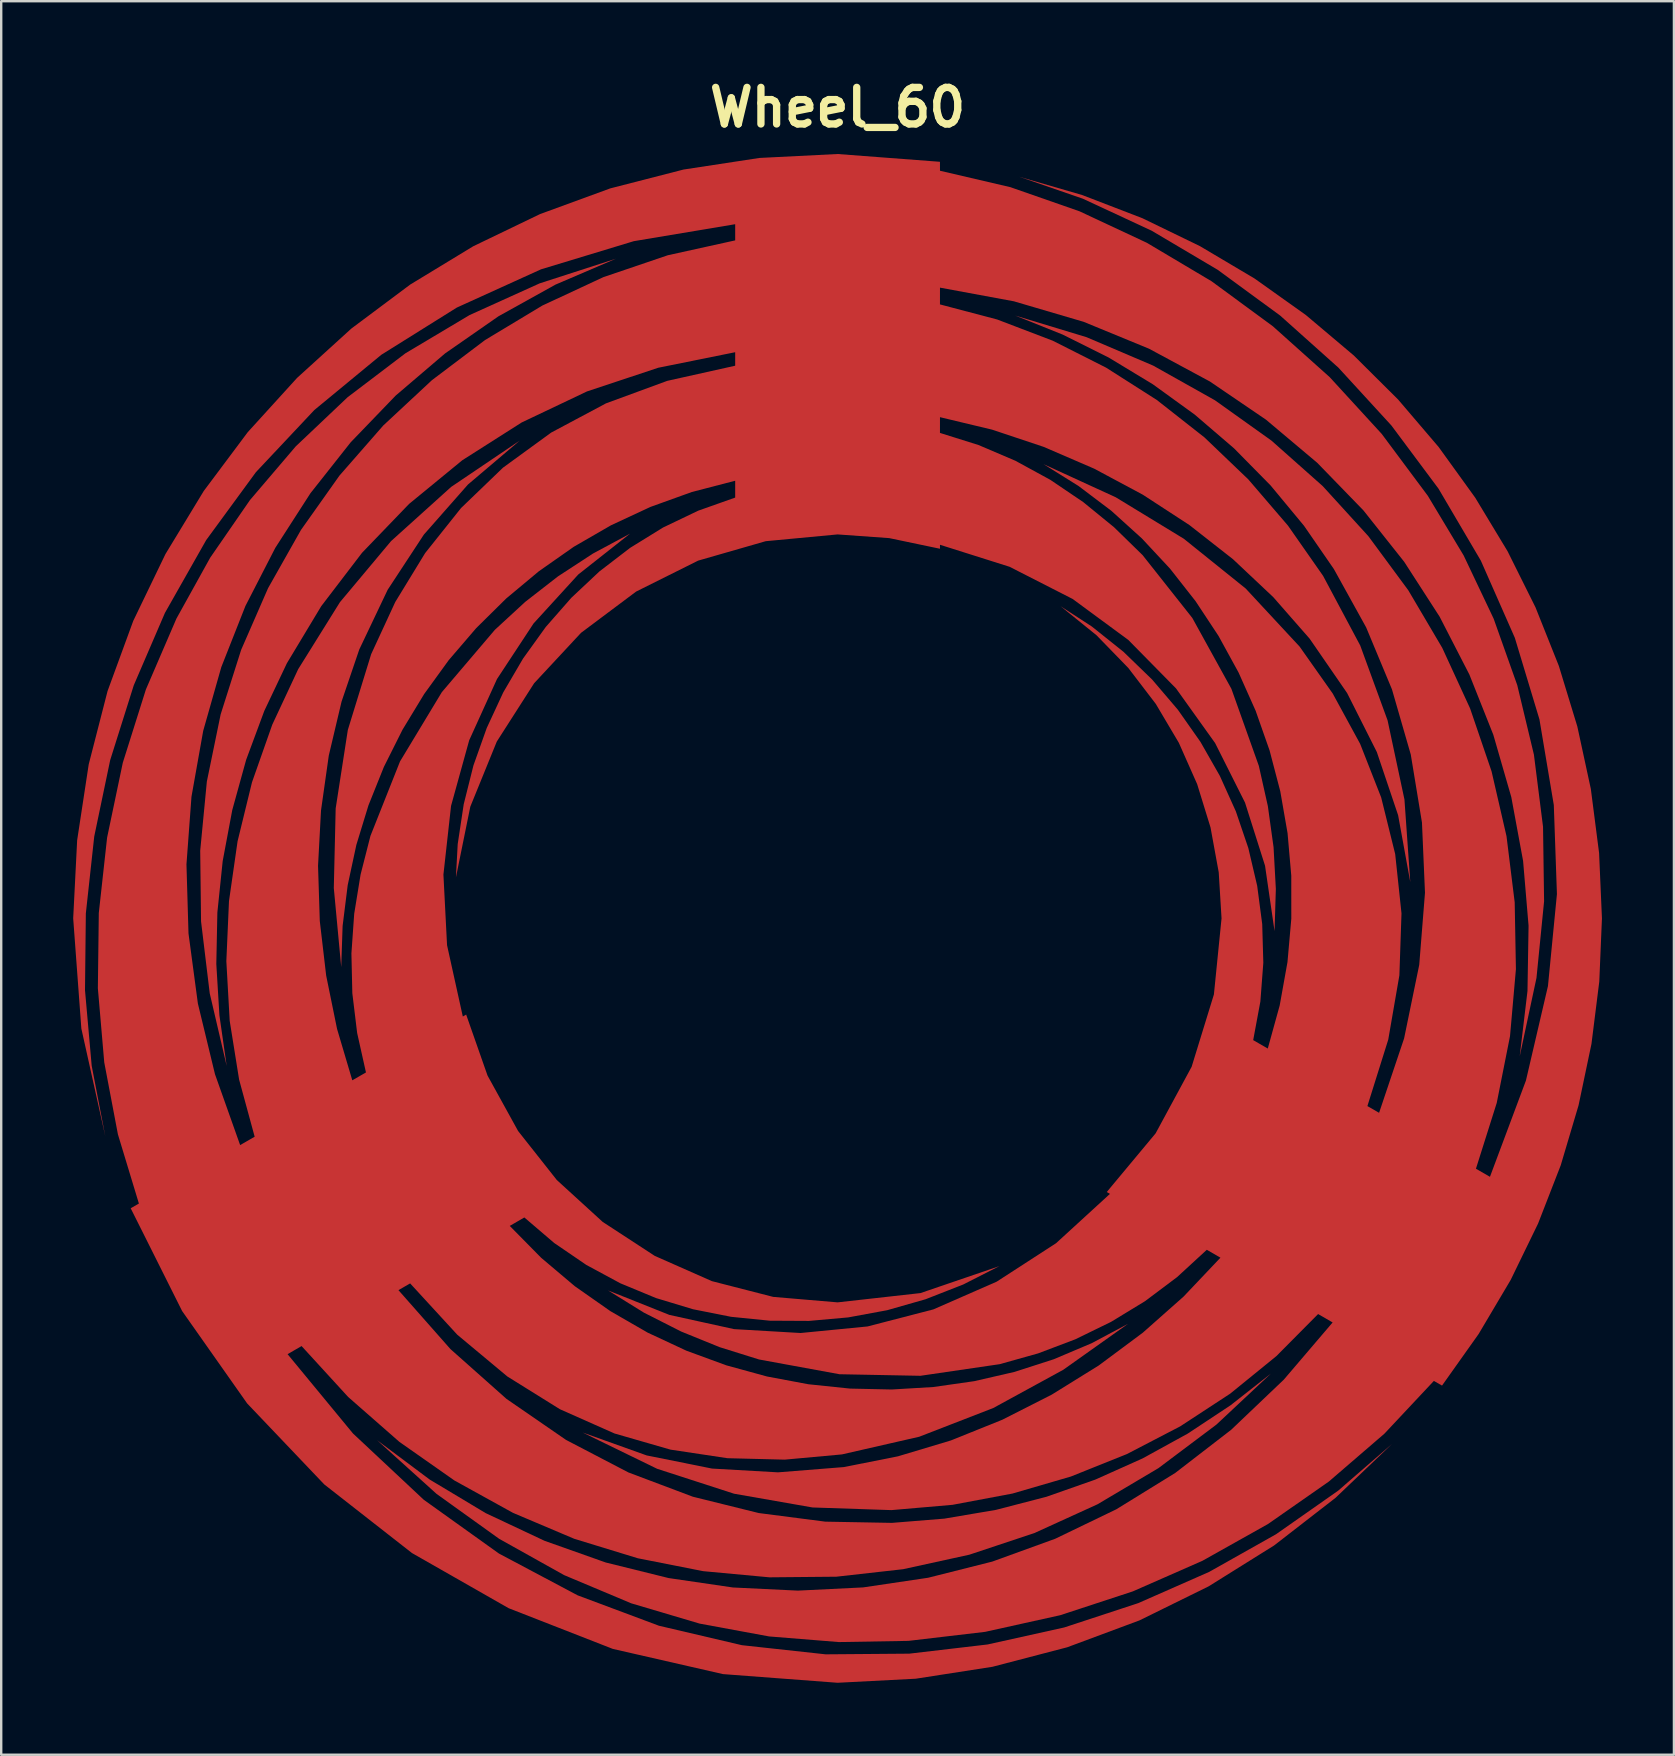
<source format=kicad_pcb>
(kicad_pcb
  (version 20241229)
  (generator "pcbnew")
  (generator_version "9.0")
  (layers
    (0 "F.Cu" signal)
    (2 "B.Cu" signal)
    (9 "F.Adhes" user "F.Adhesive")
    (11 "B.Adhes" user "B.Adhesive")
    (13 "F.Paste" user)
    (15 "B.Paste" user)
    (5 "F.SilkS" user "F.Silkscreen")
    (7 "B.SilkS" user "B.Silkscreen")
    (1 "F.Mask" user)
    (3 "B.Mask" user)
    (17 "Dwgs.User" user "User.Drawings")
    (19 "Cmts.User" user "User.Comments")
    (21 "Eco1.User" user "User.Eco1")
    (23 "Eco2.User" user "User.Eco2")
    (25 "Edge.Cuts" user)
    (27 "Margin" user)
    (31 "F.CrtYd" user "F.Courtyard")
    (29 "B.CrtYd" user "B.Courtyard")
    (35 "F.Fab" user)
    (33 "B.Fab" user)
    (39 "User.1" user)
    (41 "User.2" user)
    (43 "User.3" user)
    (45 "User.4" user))
  (footprint "Wheel_60"
    (layer "F.Cu")
    (at 31.852 35.426)
    (property "Reference" "Wheel_60" (at 0 -34 0) (layer "F.SilkS") (effects (font (size 1.524 1.524) (thickness 0.305))))
    (attr smd)
    (fp_poly (pts (xy 23.109 21.691) (xy 20.863 23.64) (xy 18.273 25.457) (xy 15.485 27.027) (xy 12.531 28.328) (xy 9.442 29.343) (xy 6.251 30.051) (xy 2.988 30.434) (xy -0.496 30.462) (xy -3.986 30.081) (xy -7.444 29.27) (xy -10.832 28.003) (xy -14.112 26.261) (xy -17.244 24.02) (xy -20.193 21.258) (xy -22.918 17.954) (xy -22.335 17.616) (xy -20.393 19.738) (xy -18.261 21.607) (xy -15.965 23.218) (xy -13.526 24.566) (xy -10.971 25.648) (xy -8.322 26.459) (xy -5.602 26.996) (xy -2.838 27.253) (xy -0.051 27.227) (xy 2.734 26.914) (xy 5.492 26.31) (xy 8.201 25.409) (xy 10.835 24.208) (xy 13.372 22.703) (xy 15.787 20.889) (xy 18.057 18.763) (xy 16.378 20.083) (xy 14.592 21.264) (xy 12.709 22.299) (xy 10.742 23.18) (xy 8.702 23.897) (xy 6.601 24.442) (xy 4.452 24.807) (xy 2.267 24.984) (xy -0.511 24.933) (xy -3.286 24.574) (xy -6.03 23.894) (xy -8.716 22.882) (xy -11.314 21.527) (xy -13.796 19.817) (xy -16.133 17.74) (xy -18.298 15.286) (xy -17.811 15.005) (xy -15.848 17.142) (xy -13.759 18.884) (xy -11.568 20.249) (xy -9.294 21.259) (xy -6.961 21.932) (xy -4.589 22.289) (xy -2.201 22.349) (xy 0.182 22.131) (xy 3.402 21.395) (xy 6.489 20.198) (xy 9.403 18.606) (xy 12.102 16.691) (xy 10.587 17.498) (xy 9.008 18.166) (xy 7.373 18.693) (xy 5.695 19.079) (xy 3.987 19.323) (xy 2.257 19.426) (xy 0.518 19.388) (xy -1.218 19.207) (xy -2.94 18.884) (xy -4.638 18.418) (xy -6.299 17.809) (xy -7.912 17.057) (xy -9.466 16.161) (xy -10.95 15.121) (xy -12.351 13.937) (xy -13.66 12.609) (xy -13.052 12.257) (xy -11.809 13.32) (xy -10.471 14.234) (xy -9.052 15) (xy -7.565 15.616) (xy -6.022 16.082) (xy -4.437 16.397) (xy -2.823 16.559) (xy -1.192 16.568) (xy 0.443 16.422) (xy 2.067 16.122) (xy 3.669 15.665) (xy 5.236 15.051) (xy 6.745 14.284) (xy 3.456 15.408) (xy 0.001 15.795) (xy -2.682 15.567) (xy -5.236 14.911) (xy -7.618 13.858) (xy -9.786 12.443) (xy -11.699 10.697) (xy -13.313 8.653) (xy -14.586 6.344) (xy -15.477 3.803) (xy -15.616 3.884) (xy -16.273 0.911) (xy -16.424 -2.032) (xy -16.106 -4.895) (xy -15.35 -7.628) (xy -14.192 -10.179) (xy -12.666 -12.498) (xy -10.805 -14.536) (xy -8.645 -16.24) (xy -10.192 -15.409) (xy -11.651 -14.457) (xy -13.016 -13.395) (xy -14.281 -12.23) (xy -16.489 -9.635) (xy -18.232 -6.748) (xy -19.465 -3.644) (xy -19.876 -2.033) (xy -20.142 -0.398) (xy -20.258 1.254) (xy -20.22 2.913) (xy -20.019 4.57) (xy -19.652 6.214) (xy -20.221 6.542) (xy -20.857 4.398) (xy -21.31 2.177) (xy -21.576 -0.096) (xy -21.649 -2.398) (xy -21.525 -4.704) (xy -21.201 -6.992) (xy -20.67 -9.236) (xy -19.93 -11.413) (xy -18.748 -13.898) (xy -17.238 -16.2) (xy -15.402 -18.285) (xy -13.243 -20.117) (xy -16.102 -18.186) (xy -18.606 -15.928) (xy -20.736 -13.383) (xy -22.476 -10.591) (xy -23.557 -8.277) (xy -24.401 -5.878) (xy -25.002 -3.419) (xy -25.36 -0.926) (xy -25.47 1.577) (xy -25.33 4.065) (xy -24.938 6.512) (xy -24.29 8.892) (xy -24.895 9.241) (xy -25.943 6.288) (xy -26.656 3.343) (xy -27.047 0.422) (xy -27.132 -2.456) (xy -26.923 -5.277) (xy -26.434 -8.023) (xy -25.68 -10.677) (xy -24.675 -13.224) (xy -23.431 -15.645) (xy -21.964 -17.924) (xy -20.287 -20.046) (xy -18.413 -21.992) (xy -16.357 -23.747) (xy -14.133 -25.294) (xy -11.754 -26.616) (xy -9.234 -27.696) (xy -12.414 -26.668) (xy -15.336 -25.346) (xy -18.004 -23.756) (xy -20.417 -21.923) (xy -22.578 -19.875) (xy -24.485 -17.638) (xy -26.142 -15.238) (xy -27.549 -12.701) (xy -28.822 -9.746) (xy -29.785 -6.691) (xy -30.439 -3.572) (xy -30.785 -0.428) (xy -30.824 2.706) (xy -30.558 5.793) (xy -29.988 8.795) (xy -29.114 11.677) (xy -29.456 11.874) (xy -27.313 16.156) (xy -24.603 20.006) (xy -21.389 23.382) (xy -17.735 26.241) (xy -13.705 28.54) (xy -9.364 30.236) (xy -4.774 31.286) (xy 0.001 31.647) (xy 3.257 31.478) (xy 6.455 30.981) (xy 9.57 30.168) (xy 12.58 29.048) (xy 15.462 27.63) (xy 18.192 25.925) (xy 20.749 23.942) (xy 23.109 21.691) (xy 23.109 21.691)) (stroke (width 0) (type solid)) (fill yes) (layer "F.Cu"))
    (fp_poly (pts (xy 0.001 -32.058) (xy -3.256 -31.894) (xy -6.419 -31.411) (xy -9.471 -30.626) (xy -12.398 -29.555) (xy -15.182 -28.214) (xy -17.808 -26.618) (xy -20.26 -24.785) (xy -22.522 -22.729) (xy -24.578 -20.467) (xy -26.412 -18.015) (xy -28.007 -15.388) (xy -29.349 -12.604) (xy -30.42 -9.678) (xy -31.205 -6.625) (xy -31.687 -3.462) (xy -31.852 -0.206) (xy -31.512 4.386) (xy -30.513 8.88) (xy -31.081 5.938) (xy -31.36 2.787) (xy -31.325 -0.412) (xy -30.975 -3.62) (xy -30.31 -6.803) (xy -29.327 -9.921) (xy -28.028 -12.938) (xy -26.31 -15.97) (xy -24.236 -18.802) (xy -21.803 -21.39) (xy -19.013 -23.691) (xy -15.864 -25.66) (xy -12.357 -27.253) (xy -8.491 -28.426) (xy -4.266 -29.133) (xy -4.266 -28.459) (xy -7.075 -27.839) (xy -9.759 -26.927) (xy -12.302 -25.743) (xy -14.689 -24.306) (xy -16.903 -22.634) (xy -18.931 -20.745) (xy -20.755 -18.659) (xy -22.36 -16.393) (xy -23.731 -13.967) (xy -24.852 -11.399) (xy -25.707 -8.708) (xy -26.282 -5.911) (xy -26.559 -3.029) (xy -26.524 -0.08) (xy -26.162 2.919) (xy -25.455 5.947) (xy -25.759 3.834) (xy -25.888 1.696) (xy -25.844 -0.453) (xy -25.622 -2.596) (xy -25.223 -4.721) (xy -24.645 -6.813) (xy -23.887 -8.856) (xy -22.947 -10.838) (xy -21.514 -13.218) (xy -19.815 -15.441) (xy -17.854 -17.478) (xy -15.636 -19.298) (xy -13.163 -20.871) (xy -10.441 -22.165) (xy -7.474 -23.151) (xy -4.266 -23.799) (xy -4.266 -23.236) (xy -7.098 -22.605) (xy -9.651 -21.667) (xy -11.93 -20.452) (xy -13.941 -18.988) (xy -15.691 -17.304) (xy -17.186 -15.428) (xy -18.431 -13.39) (xy -19.435 -11.217) (xy -20.407 -8.061) (xy -20.914 -4.788) (xy -20.992 -1.47) (xy -20.683 1.826) (xy -20.625 0.111) (xy -20.413 -1.591) (xy -20.052 -3.27) (xy -19.548 -4.916) (xy -18.905 -6.519) (xy -18.129 -8.068) (xy -17.227 -9.554) (xy -16.202 -10.968) (xy -15.061 -12.298) (xy -13.809 -13.535) (xy -12.451 -14.668) (xy -10.993 -15.69) (xy -9.44 -16.587) (xy -7.797 -17.352) (xy -6.071 -17.974) (xy -4.266 -18.443) (xy -4.266 -17.741) (xy -5.807 -17.195) (xy -7.269 -16.495) (xy -8.641 -15.648) (xy -9.919 -14.668) (xy -11.094 -13.565) (xy -12.159 -12.35) (xy -13.106 -11.033) (xy -13.93 -9.625) (xy -14.62 -8.137) (xy -15.173 -6.58) (xy -15.578 -4.964) (xy -15.829 -3.3) (xy -15.903 -1.913) (xy -15.304 -4.86) (xy -14.2 -7.574) (xy -12.643 -10.006) (xy -10.689 -12.106) (xy -8.393 -13.825) (xy -5.81 -15.114) (xy -2.994 -15.924) (xy 0.001 -16.206) (xy 2.154 -16.052) (xy 4.268 -15.609) (xy 4.268 -15.775) (xy 7.17 -14.857) (xy 9.795 -13.517) (xy 12.115 -11.81) (xy 14.104 -9.789) (xy 15.734 -7.51) (xy 16.98 -5.029) (xy 17.814 -2.399) (xy 18.21 0.325) (xy 18.264 -1.431) (xy 18.169 -3.171) (xy 17.931 -4.884) (xy 17.555 -6.562) (xy 16.412 -9.772) (xy 14.783 -12.725) (xy 12.711 -15.344) (xy 11.522 -16.505) (xy 10.238 -17.553) (xy 8.866 -18.481) (xy 7.41 -19.276) (xy 5.875 -19.931) (xy 4.267 -20.436) (xy 4.268 -21.092) (xy 6.443 -20.571) (xy 8.592 -19.853) (xy 10.694 -18.946) (xy 12.724 -17.859) (xy 14.66 -16.598) (xy 16.478 -15.173) (xy 18.157 -13.592) (xy 19.672 -11.862) (xy 21.233 -9.597) (xy 22.472 -7.138) (xy 23.359 -4.505) (xy 23.866 -1.719) (xy 23.623 -5.161) (xy 22.92 -8.458) (xy 21.781 -11.576) (xy 20.233 -14.479) (xy 18.77 -16.572) (xy 17.114 -18.502) (xy 15.285 -20.252) (xy 13.305 -21.808) (xy 11.192 -23.155) (xy 8.968 -24.278) (xy 6.653 -25.162) (xy 4.267 -25.791) (xy 4.268 -26.49) (xy 7.349 -25.92) (xy 10.256 -25.065) (xy 12.981 -23.944) (xy 15.516 -22.578) (xy 17.855 -20.986) (xy 19.988 -19.191) (xy 21.91 -17.211) (xy 23.612 -15.066) (xy 25.088 -12.779) (xy 26.328 -10.368) (xy 27.327 -7.855) (xy 28.076 -5.259) (xy 28.567 -2.601) (xy 28.795 0.099) (xy 28.75 2.82) (xy 28.426 5.542) (xy 29.125 2.275) (xy 29.442 -0.918) (xy 29.398 -4.023) (xy 29.018 -7.03) (xy 28.324 -9.924) (xy 27.34 -12.695) (xy 26.09 -15.33) (xy 24.596 -17.817) (xy 22.674 -20.397) (xy 20.51 -22.758) (xy 18.136 -24.883) (xy 15.586 -26.755) (xy 12.891 -28.357) (xy 10.085 -29.67) (xy 7.2 -30.677) (xy 4.268 -31.361) (xy 4.267 -31.734) (xy 0.001 -32.058) (xy 0.001 -32.058)) (stroke (width 0) (type solid)) (fill yes) (layer "F.Cu"))
    (fp_poly (pts (xy 7.577 -31.109) (xy 10.221 -30.196) (xy 13.089 -28.862) (xy 15.842 -27.232) (xy 18.446 -25.324) (xy 20.869 -23.157) (xy 23.078 -20.747) (xy 25.042 -18.113) (xy 26.808 -15.11) (xy 28.223 -11.897) (xy 29.249 -8.496) (xy 29.847 -4.929) (xy 29.977 -1.218) (xy 29.603 2.616) (xy 28.686 6.55) (xy 27.186 10.563) (xy 26.602 10.226) (xy 27.469 7.483) (xy 28.022 4.703) (xy 28.268 1.909) (xy 28.217 -0.876) (xy 27.876 -3.631) (xy 27.254 -6.331) (xy 26.359 -8.954) (xy 25.199 -11.477) (xy 23.784 -13.877) (xy 22.12 -16.132) (xy 20.218 -18.219) (xy 18.083 -20.114) (xy 15.726 -21.796) (xy 13.154 -23.24) (xy 10.376 -24.425) (xy 7.4 -25.327) (xy 9.382 -24.533) (xy 11.298 -23.577) (xy 13.136 -22.464) (xy 14.882 -21.2) (xy 16.523 -19.792) (xy 18.046 -18.246) (xy 19.437 -16.567) (xy 20.682 -14.763) (xy 22.027 -12.332) (xy 23.103 -9.749) (xy 23.887 -7.032) (xy 24.353 -4.201) (xy 24.479 -1.273) (xy 24.239 1.731) (xy 23.609 4.794) (xy 22.566 7.896) (xy 22.079 7.615) (xy 22.948 4.846) (xy 23.412 2.166) (xy 23.5 -0.414) (xy 23.237 -2.888) (xy 22.653 -5.246) (xy 21.777 -7.478) (xy 20.634 -9.576) (xy 19.255 -11.531) (xy 17.007 -13.952) (xy 14.427 -16.027) (xy 11.592 -17.754) (xy 8.583 -19.134) (xy 10.039 -18.226) (xy 11.408 -17.191) (xy 12.681 -16.039) (xy 13.854 -14.78) (xy 14.92 -13.422) (xy 15.875 -11.976) (xy 16.711 -10.45) (xy 17.422 -8.857) (xy 18.003 -7.204) (xy 18.449 -5.501) (xy 18.752 -3.758) (xy 18.907 -1.984) (xy 18.908 -0.191) (xy 18.749 1.614) (xy 18.425 3.42) (xy 17.928 5.218) (xy 17.32 4.867) (xy 17.619 3.259) (xy 17.742 1.643) (xy 17.696 0.031) (xy 17.486 -1.565) (xy 17.118 -3.134) (xy 16.598 -4.664) (xy 15.931 -6.143) (xy 15.123 -7.56) (xy 14.18 -8.902) (xy 13.108 -10.159) (xy 11.911 -11.318) (xy 10.596 -12.368) (xy 9.294 -13.214) (xy 10.789 -12.006) (xy 12.115 -10.642) (xy 13.262 -9.142) (xy 14.222 -7.522) (xy 14.985 -5.8) (xy 15.542 -3.995) (xy 15.884 -2.124) (xy 16.001 -0.206) (xy 15.683 2.963) (xy 14.755 5.977) (xy 13.255 8.75) (xy 11.218 11.197) (xy 11.351 11.274) (xy 9.105 13.33) (xy 6.632 14.932) (xy 3.993 16.088) (xy 1.249 16.799) (xy -1.54 17.072) (xy -4.312 16.91) (xy -7.007 16.318) (xy -9.563 15.298) (xy -8.07 16.223) (xy -6.516 17.011) (xy -4.913 17.662) (xy -3.272 18.175) (xy 0.08 18.79) (xy 3.452 18.855) (xy 6.756 18.371) (xy 8.356 17.922) (xy 9.906 17.335) (xy 11.395 16.609) (xy 12.812 15.746) (xy 14.147 14.744) (xy 15.387 13.604) (xy 15.955 13.933) (xy 14.417 15.556) (xy 12.72 17.059) (xy 10.884 18.425) (xy 8.927 19.639) (xy 6.868 20.685) (xy 4.725 21.548) (xy 2.515 22.211) (xy 0.26 22.659) (xy -2.483 22.878) (xy -5.231 22.721) (xy -7.955 22.173) (xy -10.622 21.219) (xy -7.519 22.73) (xy -4.312 23.769) (xy -1.043 24.342) (xy 2.245 24.452) (xy 4.79 24.232) (xy 7.289 23.762) (xy 9.719 23.054) (xy 12.057 22.117) (xy 14.28 20.961) (xy 16.365 19.597) (xy 18.287 18.034) (xy 20.025 16.282) (xy 20.63 16.632) (xy 18.596 19.015) (xy 16.402 21.105) (xy 14.069 22.905) (xy 11.618 24.417) (xy 9.07 25.646) (xy 6.448 26.597) (xy 3.773 27.271) (xy 1.065 27.673) (xy -1.653 27.807) (xy -4.362 27.676) (xy -7.038 27.284) (xy -9.66 26.635) (xy -12.208 25.732) (xy -14.66 24.579) (xy -16.994 23.18) (xy -19.189 21.538) (xy -16.709 23.777) (xy -14.103 25.647) (xy -11.392 27.162) (xy -8.598 28.336) (xy -5.745 29.182) (xy -2.853 29.716) (xy 0.054 29.951) (xy 2.955 29.901) (xy 6.15 29.525) (xy 9.277 28.832) (xy 12.304 27.839) (xy 15.201 26.566) (xy 17.935 25.033) (xy 20.475 23.26) (xy 22.79 21.265) (xy 24.849 19.068) (xy 25.189 19.263) (xy 26.713 17.115) (xy 28.049 14.861) (xy 29.191 12.512) (xy 30.136 10.082) (xy 30.879 7.582) (xy 31.416 5.026) (xy 31.742 2.426) (xy 31.853 -0.206) (xy 31.734 -2.93) (xy 31.39 -5.6) (xy 30.827 -8.203) (xy 30.056 -10.729) (xy 29.084 -13.167) (xy 27.919 -15.507) (xy 26.572 -17.737) (xy 25.049 -19.847) (xy 23.359 -21.827) (xy 21.511 -23.664) (xy 19.514 -25.349) (xy 17.375 -26.871) (xy 15.103 -28.218) (xy 12.707 -29.381) (xy 10.196 -30.348) (xy 7.577 -31.109) (xy 7.577 -31.109)) (stroke (width 0) (type solid)) (fill yes) (layer "F.Cu"))
    (pad "1" smd circle (at 0 -30) (size 1.524 1.524) (layers "F.Cu"))
    (pad "2" smd circle (at -26 15) (size 1.524 1.524) (layers "F.Cu"))
    (pad "3" smd circle (at 26 15) (size 1.524 1.524) (layers "F.Cu")))
  (gr_rect
    (start -3 -3)
    (end 66.705 70.073)
    (stroke (width 0.1) (type default))
    (fill no)
    (layer "Edge.Cuts")))
</source>
